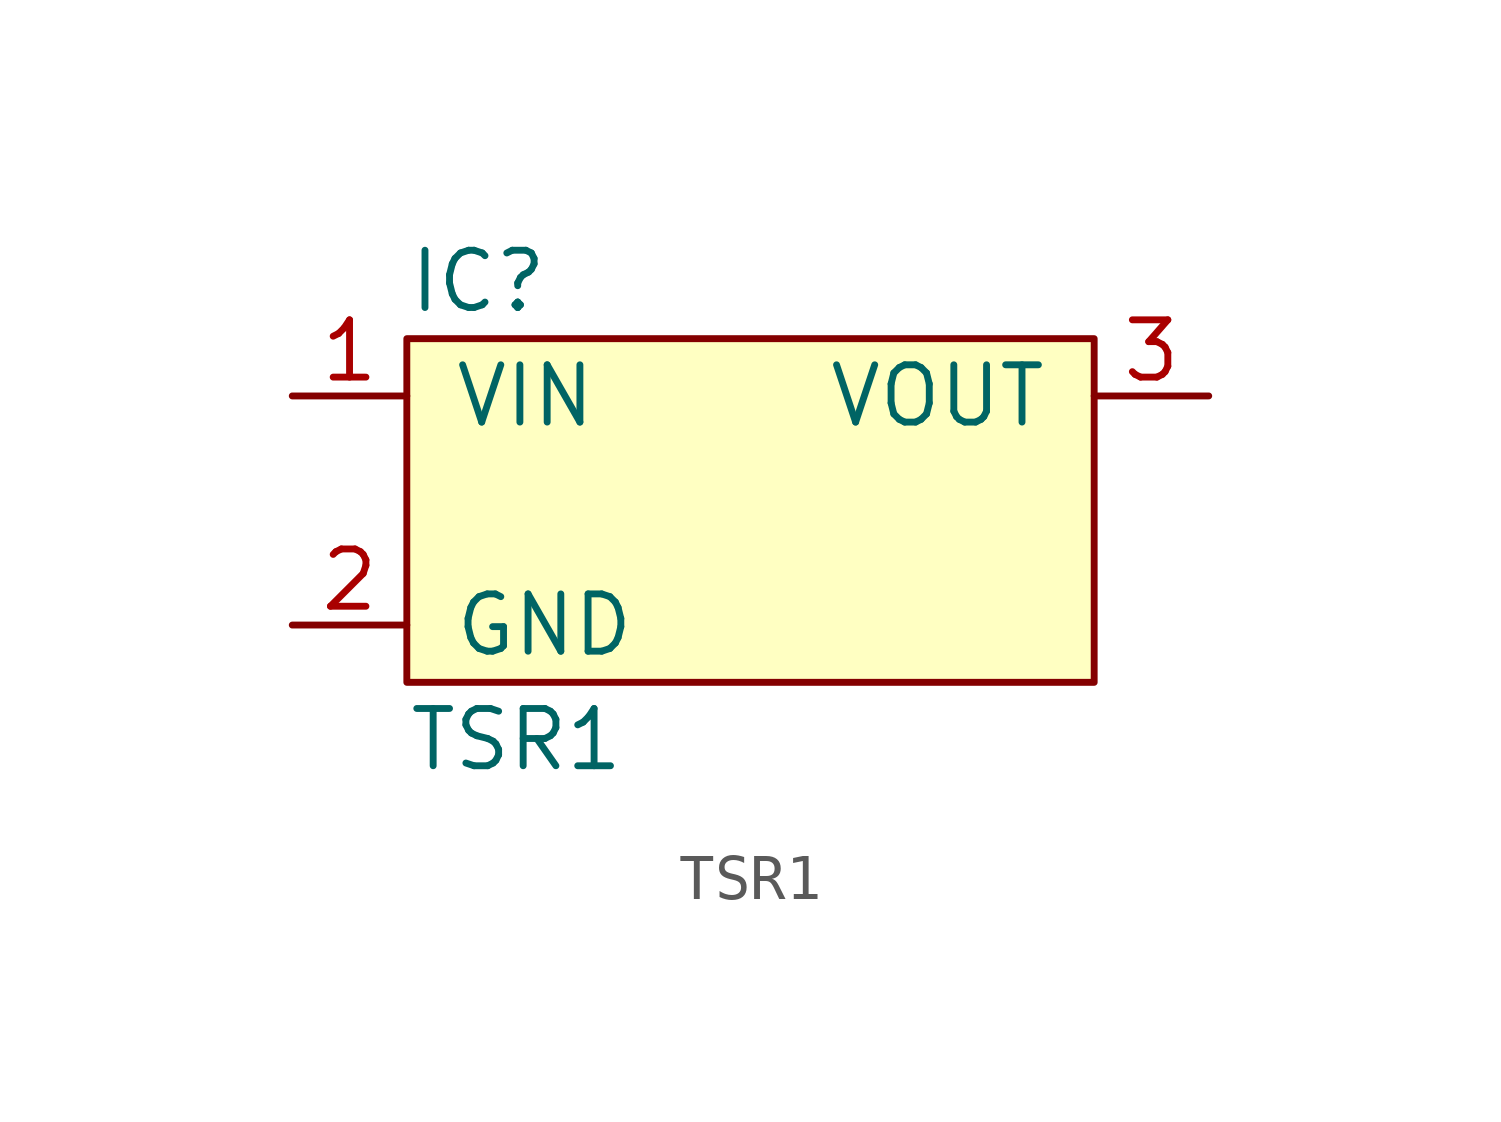
<source format=kicad_sym>
(kicad_symbol_lib
  (version 20211014)
  (generator agg_kicad.build_lib_ic)
  (symbol "TSR1"
    (pin_names
      (offset 1.016))
    (property Reference IC
      (at -7.62 5.08 0)
      (effects (font (size 1.27 1.27)) (justify left)))
    (property Value "TSR1"
      (at -7.62 -5.08 0)
      (effects (font (size 1.27 1.27)) (justify left)))
    (symbol "TSR1_0_0"
      (rectangle (start -7.62 3.81) (end 7.62 -3.81) (stroke (width 0) (type default) (color 0 0 0 0)) (fill (type background)))
      (pin power_in line (at -10.16 2.54 0) (length 2.54) (name VIN (effects (font (size 1.27 1.27)))) (number "1" (effects (font (size 1.27 1.27)))))
      (pin power_in line (at -10.16 -2.54 0) (length 2.54) (name GND (effects (font (size 1.27 1.27)))) (number "2" (effects (font (size 1.27 1.27)))))
      (pin power_out line (at 10.16 2.54 180) (length 2.54) (name VOUT (effects (font (size 1.27 1.27)))) (number "3" (effects (font (size 1.27 1.27))))))))
</source>
